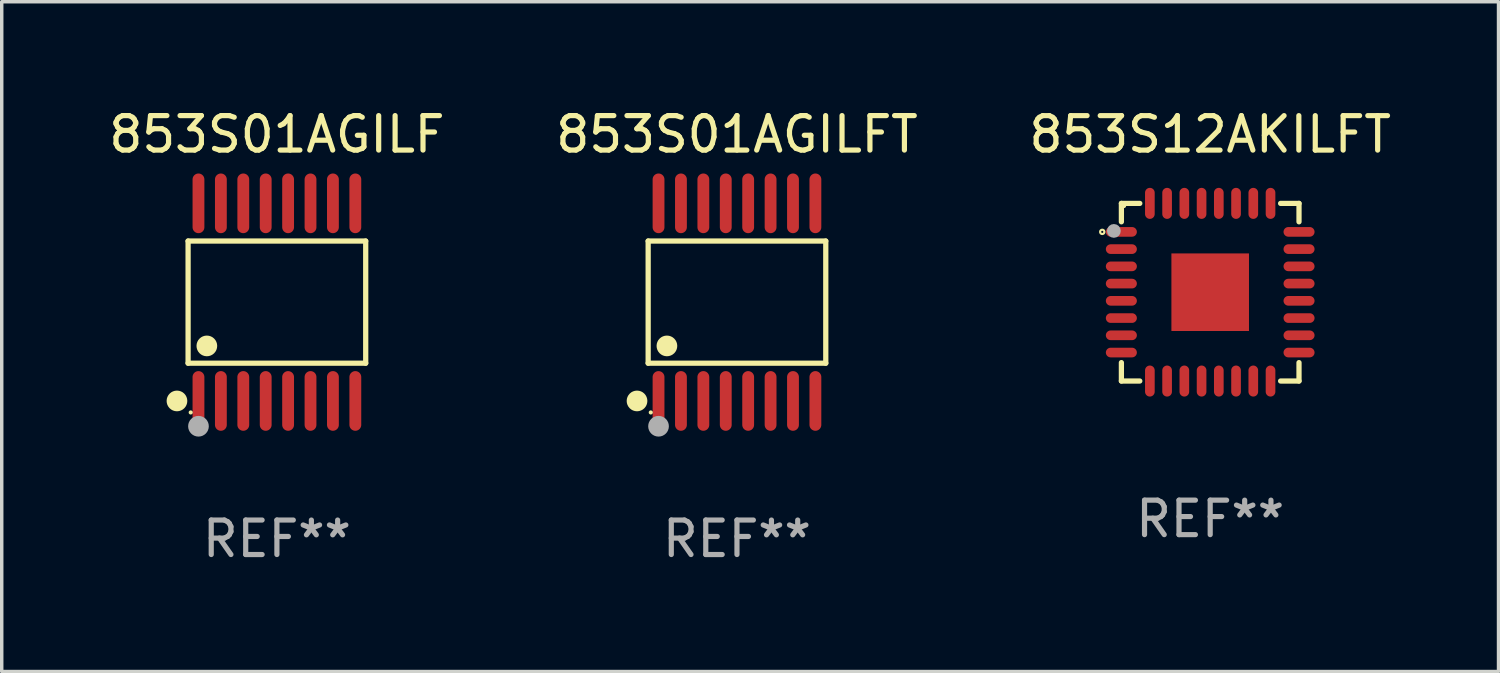
<source format=kicad_pcb>
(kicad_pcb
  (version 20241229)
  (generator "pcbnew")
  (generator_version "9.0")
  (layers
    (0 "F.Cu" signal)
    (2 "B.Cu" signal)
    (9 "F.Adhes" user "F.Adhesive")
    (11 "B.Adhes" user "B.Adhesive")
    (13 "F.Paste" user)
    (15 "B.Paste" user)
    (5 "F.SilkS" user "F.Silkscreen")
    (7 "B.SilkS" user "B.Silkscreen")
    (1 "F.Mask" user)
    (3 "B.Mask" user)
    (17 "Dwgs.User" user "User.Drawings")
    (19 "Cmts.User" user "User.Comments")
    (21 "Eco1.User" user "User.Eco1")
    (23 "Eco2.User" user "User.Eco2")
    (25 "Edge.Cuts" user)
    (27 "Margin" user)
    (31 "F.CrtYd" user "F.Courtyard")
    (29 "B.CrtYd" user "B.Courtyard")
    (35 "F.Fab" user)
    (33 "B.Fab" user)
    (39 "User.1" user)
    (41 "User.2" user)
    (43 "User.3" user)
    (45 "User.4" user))
  (footprint "853S01AGILF"
    (layer "F.Cu")
    (at 4.982 5.714)
    (property "Reference" "853S01AGILF" (at 0 -4.866 0) (layer "F.SilkS") (effects (font (size 1 1) (thickness 0.15))))
    (attr through_hole)
    (fp_line (start -2.576 -1.772) (end 2.576 -1.772) (stroke (width 0.152) (type solid)) (layer "F.SilkS"))
    (fp_line (start -2.576 1.771) (end -2.576 -1.772) (stroke (width 0.152) (type solid)) (layer "F.SilkS"))
    (fp_line (start 2.576 -1.772) (end 2.576 1.771) (stroke (width 0.152) (type solid)) (layer "F.SilkS"))
    (fp_line (start 2.576 1.771) (end -2.576 1.771) (stroke (width 0.152) (type solid)) (layer "F.SilkS"))
    (fp_circle (center -2.899 2.866) (end -2.749 2.866) (stroke (width 0.3) (type solid)) (fill no) (layer "F.SilkS"))
    (fp_circle (center -2.5 3.2) (end -2.47 3.2) (stroke (width 0.06) (type solid)) (fill no) (layer "F.SilkS"))
    (fp_circle (center -2.032 1.27) (end -1.882 1.27) (stroke (width 0.3) (type solid)) (fill no) (layer "F.SilkS"))
    (fp_circle (center -2.275 3.6) (end -2.125 3.6) (stroke (width 0.3) (type solid)) (fill no) (layer "F.Fab"))
    (fp_text user "REF**" (at 0 6.866 0) (layer "F.Fab") (effects (font (size 1 1) (thickness 0.15))))
    (pad "1" smd oval (at -2.275 2.866) (size 0.343 1.731) (layers "F.Cu" "F.Mask" "F.Paste"))
    (pad "2" smd oval (at -1.625 2.866) (size 0.343 1.731) (layers "F.Cu" "F.Mask" "F.Paste"))
    (pad "3" smd oval (at -0.975 2.866) (size 0.343 1.731) (layers "F.Cu" "F.Mask" "F.Paste"))
    (pad "4" smd oval (at -0.325 2.866) (size 0.343 1.731) (layers "F.Cu" "F.Mask" "F.Paste"))
    (pad "5" smd oval (at 0.325 2.866) (size 0.343 1.731) (layers "F.Cu" "F.Mask" "F.Paste"))
    (pad "6" smd oval (at 0.975 2.866) (size 0.343 1.731) (layers "F.Cu" "F.Mask" "F.Paste"))
    (pad "7" smd oval (at 1.625 2.866) (size 0.343 1.731) (layers "F.Cu" "F.Mask" "F.Paste"))
    (pad "8" smd oval (at 2.275 2.866) (size 0.343 1.731) (layers "F.Cu" "F.Mask" "F.Paste"))
    (pad "9" smd oval (at 2.275 -2.866) (size 0.343 1.731) (layers "F.Cu" "F.Mask" "F.Paste"))
    (pad "10" smd oval (at 1.625 -2.866) (size 0.343 1.731) (layers "F.Cu" "F.Mask" "F.Paste"))
    (pad "11" smd oval (at 0.975 -2.866) (size 0.343 1.731) (layers "F.Cu" "F.Mask" "F.Paste"))
    (pad "12" smd oval (at 0.325 -2.866) (size 0.343 1.731) (layers "F.Cu" "F.Mask" "F.Paste"))
    (pad "13" smd oval (at -0.325 -2.866) (size 0.343 1.731) (layers "F.Cu" "F.Mask" "F.Paste"))
    (pad "14" smd oval (at -0.975 -2.866) (size 0.343 1.731) (layers "F.Cu" "F.Mask" "F.Paste"))
    (pad "15" smd oval (at -1.625 -2.866) (size 0.343 1.731) (layers "F.Cu" "F.Mask" "F.Paste"))
    (pad "16" smd oval (at -2.275 -2.866) (size 0.343 1.731) (layers "F.Cu" "F.Mask" "F.Paste")))
  (footprint "853S01AGILFT"
    (layer "F.Cu")
    (at 18.327 5.714)
    (property "Reference" "853S01AGILFT" (at 0 -4.866 0) (layer "F.SilkS") (effects (font (size 1 1) (thickness 0.15))))
    (attr through_hole)
    (fp_line (start -2.576 -1.772) (end 2.576 -1.772) (stroke (width 0.152) (type solid)) (layer "F.SilkS"))
    (fp_line (start -2.576 1.771) (end -2.576 -1.772) (stroke (width 0.152) (type solid)) (layer "F.SilkS"))
    (fp_line (start 2.576 -1.772) (end 2.576 1.771) (stroke (width 0.152) (type solid)) (layer "F.SilkS"))
    (fp_line (start 2.576 1.771) (end -2.576 1.771) (stroke (width 0.152) (type solid)) (layer "F.SilkS"))
    (fp_circle (center -2.899 2.866) (end -2.749 2.866) (stroke (width 0.3) (type solid)) (fill no) (layer "F.SilkS"))
    (fp_circle (center -2.5 3.2) (end -2.47 3.2) (stroke (width 0.06) (type solid)) (fill no) (layer "F.SilkS"))
    (fp_circle (center -2.032 1.27) (end -1.882 1.27) (stroke (width 0.3) (type solid)) (fill no) (layer "F.SilkS"))
    (fp_circle (center -2.275 3.6) (end -2.125 3.6) (stroke (width 0.3) (type solid)) (fill no) (layer "F.Fab"))
    (fp_text user "REF**" (at 0 6.866 0) (layer "F.Fab") (effects (font (size 1 1) (thickness 0.15))))
    (pad "1" smd oval (at -2.275 2.866) (size 0.343 1.731) (layers "F.Cu" "F.Mask" "F.Paste"))
    (pad "2" smd oval (at -1.625 2.866) (size 0.343 1.731) (layers "F.Cu" "F.Mask" "F.Paste"))
    (pad "3" smd oval (at -0.975 2.866) (size 0.343 1.731) (layers "F.Cu" "F.Mask" "F.Paste"))
    (pad "4" smd oval (at -0.325 2.866) (size 0.343 1.731) (layers "F.Cu" "F.Mask" "F.Paste"))
    (pad "5" smd oval (at 0.325 2.866) (size 0.343 1.731) (layers "F.Cu" "F.Mask" "F.Paste"))
    (pad "6" smd oval (at 0.975 2.866) (size 0.343 1.731) (layers "F.Cu" "F.Mask" "F.Paste"))
    (pad "7" smd oval (at 1.625 2.866) (size 0.343 1.731) (layers "F.Cu" "F.Mask" "F.Paste"))
    (pad "8" smd oval (at 2.275 2.866) (size 0.343 1.731) (layers "F.Cu" "F.Mask" "F.Paste"))
    (pad "9" smd oval (at 2.275 -2.866) (size 0.343 1.731) (layers "F.Cu" "F.Mask" "F.Paste"))
    (pad "10" smd oval (at 1.625 -2.866) (size 0.343 1.731) (layers "F.Cu" "F.Mask" "F.Paste"))
    (pad "11" smd oval (at 0.975 -2.866) (size 0.343 1.731) (layers "F.Cu" "F.Mask" "F.Paste"))
    (pad "12" smd oval (at 0.325 -2.866) (size 0.343 1.731) (layers "F.Cu" "F.Mask" "F.Paste"))
    (pad "13" smd oval (at -0.325 -2.866) (size 0.343 1.731) (layers "F.Cu" "F.Mask" "F.Paste"))
    (pad "14" smd oval (at -0.975 -2.866) (size 0.343 1.731) (layers "F.Cu" "F.Mask" "F.Paste"))
    (pad "15" smd oval (at -1.625 -2.866) (size 0.343 1.731) (layers "F.Cu" "F.Mask" "F.Paste"))
    (pad "16" smd oval (at -2.275 -2.866) (size 0.343 1.731) (layers "F.Cu" "F.Mask" "F.Paste")))
  (footprint "853S12AKILFT"
    (layer "F.Cu")
    (at 32.054 5.426)
    (property "Reference" "853S12AKILFT" (at 0 -4.577 0) (layer "F.SilkS") (effects (font (size 1 1) (thickness 0.15))))
    (attr through_hole)
    (fp_line (start -2.576 -2.576) (end -2.042 -2.576) (stroke (width 0.152) (type solid)) (layer "F.SilkS"))
    (fp_line (start -2.576 -2.042) (end -2.576 -2.576) (stroke (width 0.152) (type solid)) (layer "F.SilkS"))
    (fp_line (start -2.576 2.042) (end -2.576 2.576) (stroke (width 0.152) (type solid)) (layer "F.SilkS"))
    (fp_line (start -2.576 2.576) (end -2.042 2.576) (stroke (width 0.152) (type solid)) (layer "F.SilkS"))
    (fp_line (start 2.576 -2.576) (end 2.042 -2.576) (stroke (width 0.152) (type solid)) (layer "F.SilkS"))
    (fp_line (start 2.576 -2.042) (end 2.576 -2.576) (stroke (width 0.152) (type solid)) (layer "F.SilkS"))
    (fp_line (start 2.576 2.042) (end 2.576 2.576) (stroke (width 0.152) (type solid)) (layer "F.SilkS"))
    (fp_line (start 2.576 2.576) (end 2.042 2.576) (stroke (width 0.152) (type solid)) (layer "F.SilkS"))
    (fp_circle (center -3.131 -1.75) (end -3.1 -1.75) (stroke (width 0.063) (type solid)) (fill no) (layer "F.SilkS"))
    (fp_circle (center -2.5 -2.5) (end -2.47 -2.5) (stroke (width 0.06) (type solid)) (fill no) (layer "F.SilkS"))
    (fp_circle (center -2.794 -1.778) (end -2.694 -1.778) (stroke (width 0.2) (type solid)) (fill no) (layer "F.Fab"))
    (fp_text user "REF**" (at 0 6.577 0) (layer "F.Fab") (effects (font (size 1 1) (thickness 0.15))))
    (pad "1" smd oval (at -2.577 -1.75) (size 0.9 0.28) (layers "F.Cu" "F.Mask" "F.Paste"))
    (pad "2" smd oval (at -2.577 -1.25) (size 0.9 0.28) (layers "F.Cu" "F.Mask" "F.Paste"))
    (pad "3" smd oval (at -2.577 -0.75) (size 0.9 0.28) (layers "F.Cu" "F.Mask" "F.Paste"))
    (pad "4" smd oval (at -2.577 -0.25) (size 0.9 0.28) (layers "F.Cu" "F.Mask" "F.Paste"))
    (pad "5" smd oval (at -2.577 0.25) (size 0.9 0.28) (layers "F.Cu" "F.Mask" "F.Paste"))
    (pad "6" smd oval (at -2.577 0.75) (size 0.9 0.28) (layers "F.Cu" "F.Mask" "F.Paste"))
    (pad "7" smd oval (at -2.577 1.25) (size 0.9 0.28) (layers "F.Cu" "F.Mask" "F.Paste"))
    (pad "8" smd oval (at -2.577 1.75) (size 0.9 0.28) (layers "F.Cu" "F.Mask" "F.Paste"))
    (pad "9" smd oval (at -1.75 2.577) (size 0.28 0.9) (layers "F.Cu" "F.Mask" "F.Paste"))
    (pad "10" smd oval (at -1.25 2.577) (size 0.28 0.9) (layers "F.Cu" "F.Mask" "F.Paste"))
    (pad "11" smd oval (at -0.75 2.577) (size 0.28 0.9) (layers "F.Cu" "F.Mask" "F.Paste"))
    (pad "12" smd oval (at -0.25 2.577) (size 0.28 0.9) (layers "F.Cu" "F.Mask" "F.Paste"))
    (pad "13" smd oval (at 0.25 2.577) (size 0.28 0.9) (layers "F.Cu" "F.Mask" "F.Paste"))
    (pad "14" smd oval (at 0.75 2.577) (size 0.28 0.9) (layers "F.Cu" "F.Mask" "F.Paste"))
    (pad "15" smd oval (at 1.25 2.577) (size 0.28 0.9) (layers "F.Cu" "F.Mask" "F.Paste"))
    (pad "16" smd oval (at 1.75 2.577) (size 0.28 0.9) (layers "F.Cu" "F.Mask" "F.Paste"))
    (pad "17" smd oval (at 2.577 1.75) (size 0.9 0.28) (layers "F.Cu" "F.Mask" "F.Paste"))
    (pad "18" smd oval (at 2.577 1.25) (size 0.9 0.28) (layers "F.Cu" "F.Mask" "F.Paste"))
    (pad "19" smd oval (at 2.577 0.75) (size 0.9 0.28) (layers "F.Cu" "F.Mask" "F.Paste"))
    (pad "20" smd oval (at 2.577 0.25) (size 0.9 0.28) (layers "F.Cu" "F.Mask" "F.Paste"))
    (pad "21" smd oval (at 2.577 -0.25) (size 0.9 0.28) (layers "F.Cu" "F.Mask" "F.Paste"))
    (pad "22" smd oval (at 2.577 -0.75) (size 0.9 0.28) (layers "F.Cu" "F.Mask" "F.Paste"))
    (pad "23" smd oval (at 2.577 -1.25) (size 0.9 0.28) (layers "F.Cu" "F.Mask" "F.Paste"))
    (pad "24" smd oval (at 2.577 -1.75) (size 0.9 0.28) (layers "F.Cu" "F.Mask" "F.Paste"))
    (pad "25" smd oval (at 1.75 -2.577) (size 0.28 0.9) (layers "F.Cu" "F.Mask" "F.Paste"))
    (pad "26" smd oval (at 1.25 -2.577) (size 0.28 0.9) (layers "F.Cu" "F.Mask" "F.Paste"))
    (pad "27" smd oval (at 0.75 -2.577) (size 0.28 0.9) (layers "F.Cu" "F.Mask" "F.Paste"))
    (pad "28" smd oval (at 0.25 -2.577) (size 0.28 0.9) (layers "F.Cu" "F.Mask" "F.Paste"))
    (pad "29" smd oval (at -0.25 -2.577) (size 0.28 0.9) (layers "F.Cu" "F.Mask" "F.Paste"))
    (pad "30" smd oval (at -0.75 -2.577) (size 0.28 0.9) (layers "F.Cu" "F.Mask" "F.Paste"))
    (pad "31" smd oval (at -1.25 -2.577) (size 0.28 0.9) (layers "F.Cu" "F.Mask" "F.Paste"))
    (pad "32" smd oval (at -1.75 -2.577) (size 0.28 0.9) (layers "F.Cu" "F.Mask" "F.Paste"))
    (pad "33" smd rect (at 0 0) (size 2.25 2.25) (layers "F.Cu" "F.Mask" "F.Paste")))
  (gr_rect
    (start -3 -3)
    (end 40.417 16.428)
    (stroke (width 0.1) (type default))
    (fill no)
    (layer "Edge.Cuts")))
</source>
